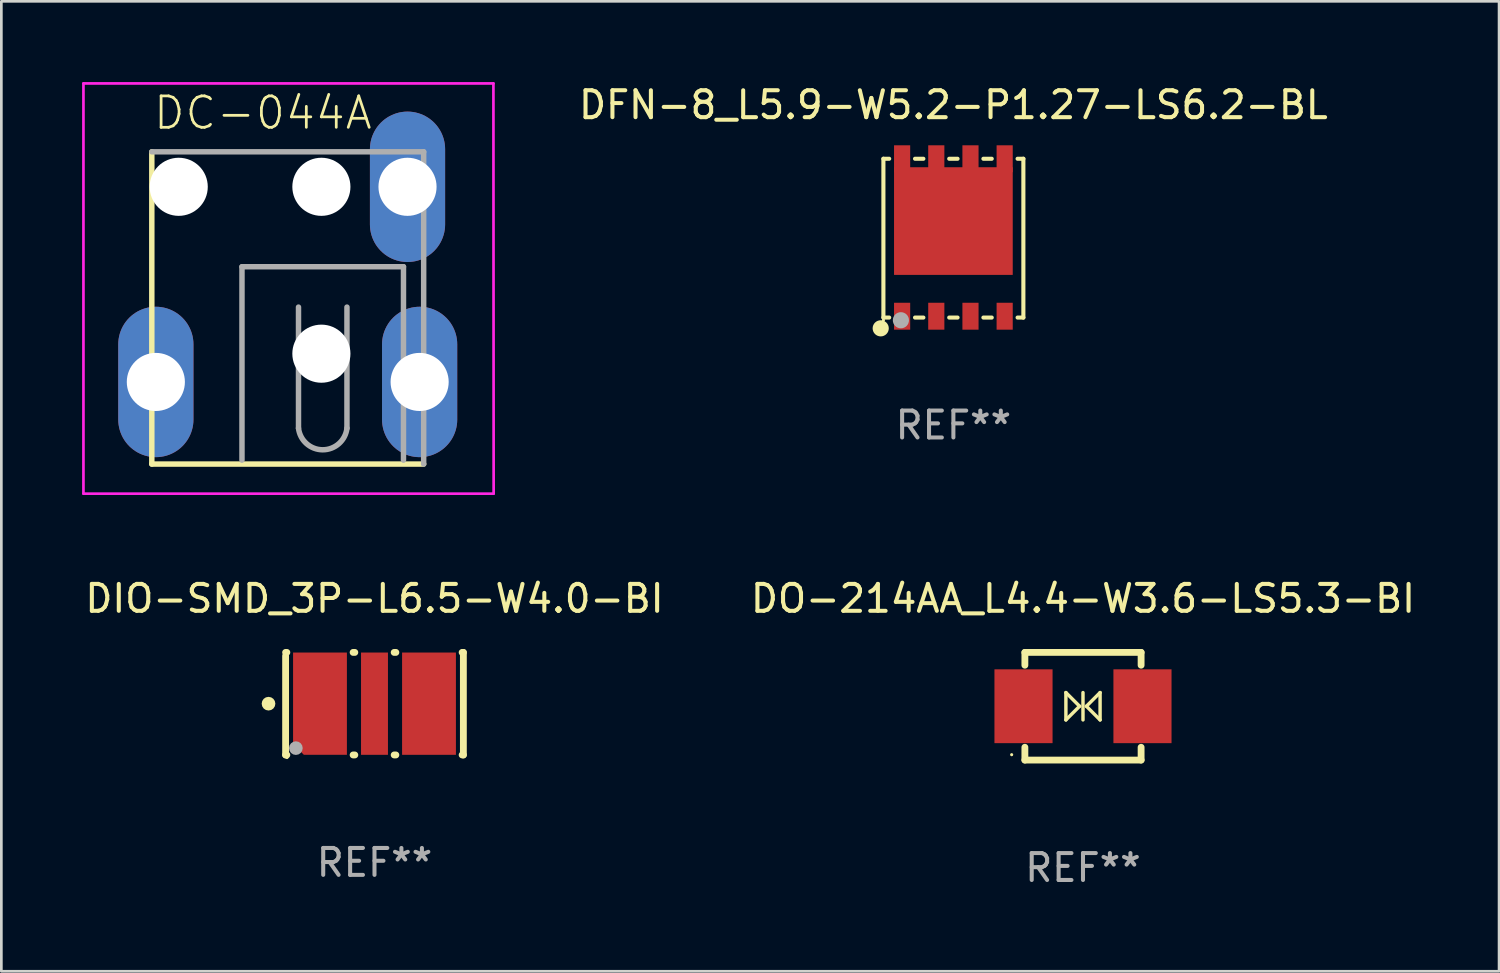
<source format=kicad_pcb>
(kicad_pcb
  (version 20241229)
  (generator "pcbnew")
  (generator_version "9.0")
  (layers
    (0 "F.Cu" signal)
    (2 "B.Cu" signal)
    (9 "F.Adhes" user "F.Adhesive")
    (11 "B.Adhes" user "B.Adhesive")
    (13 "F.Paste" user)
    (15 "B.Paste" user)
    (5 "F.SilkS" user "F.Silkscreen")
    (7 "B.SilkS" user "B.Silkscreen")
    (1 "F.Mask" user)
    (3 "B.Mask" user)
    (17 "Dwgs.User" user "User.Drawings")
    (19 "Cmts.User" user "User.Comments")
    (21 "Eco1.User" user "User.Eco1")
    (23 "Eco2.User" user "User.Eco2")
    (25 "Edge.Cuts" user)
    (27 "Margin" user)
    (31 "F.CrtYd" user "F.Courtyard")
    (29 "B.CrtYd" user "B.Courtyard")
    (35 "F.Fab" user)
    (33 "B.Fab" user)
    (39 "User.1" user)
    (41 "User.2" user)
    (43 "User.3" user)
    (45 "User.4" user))
  (footprint "DFN-8_L5.9-W5.2-P1.27-LS6.2-BL"
    (layer "F.Cu")
    (at 32.37 5.798)
    (property "Reference" "DFN-8_L5.9-W5.2-P1.27-LS6.2-BL" (at 0 -4.95 0) (layer "F.SilkS") (effects (font (size 1 1) (thickness 0.15))))
    (attr through_hole)
    (fp_line (start -2.6 -2.95) (end -2.385 -2.95) (stroke (width 0.152) (type solid)) (layer "F.SilkS"))
    (fp_line (start -2.6 2.95) (end -2.6 -2.95) (stroke (width 0.152) (type solid)) (layer "F.SilkS"))
    (fp_line (start -2.385 2.95) (end -2.6 2.95) (stroke (width 0.152) (type solid)) (layer "F.SilkS"))
    (fp_line (start -1.425 -2.95) (end -1.115 -2.95) (stroke (width 0.152) (type solid)) (layer "F.SilkS"))
    (fp_line (start -1.115 2.95) (end -1.425 2.95) (stroke (width 0.152) (type solid)) (layer "F.SilkS"))
    (fp_line (start -0.155 -2.95) (end 0.155 -2.95) (stroke (width 0.152) (type solid)) (layer "F.SilkS"))
    (fp_line (start 0.155 2.95) (end -0.155 2.95) (stroke (width 0.152) (type solid)) (layer "F.SilkS"))
    (fp_line (start 1.115 -2.95) (end 1.425 -2.95) (stroke (width 0.152) (type solid)) (layer "F.SilkS"))
    (fp_line (start 1.425 2.95) (end 1.115 2.95) (stroke (width 0.152) (type solid)) (layer "F.SilkS"))
    (fp_line (start 2.385 -2.95) (end 2.6 -2.95) (stroke (width 0.152) (type solid)) (layer "F.SilkS"))
    (fp_line (start 2.6 -2.95) (end 2.6 2.95) (stroke (width 0.152) (type solid)) (layer "F.SilkS"))
    (fp_line (start 2.6 2.95) (end 2.385 2.95) (stroke (width 0.152) (type solid)) (layer "F.SilkS"))
    (fp_circle (center -2.7 3.35) (end -2.55 3.35) (stroke (width 0.3) (type solid)) (fill no) (layer "F.SilkS"))
    (fp_circle (center -2.6 3.05) (end -2.57 3.05) (stroke (width 0.06) (type solid)) (fill no) (layer "F.SilkS"))
    (fp_circle (center -1.95 3.05) (end -1.8 3.05) (stroke (width 0.3) (type solid)) (fill no) (layer "F.Fab"))
    (fp_text user "REF**" (at 0 6.95 0) (layer "F.Fab") (effects (font (size 1 1) (thickness 0.15))))
    (pad "1" smd rect (at -1.905 2.9) (size 0.6 1) (layers "F.Cu" "F.Mask" "F.Paste"))
    (pad "2" smd rect (at -0.635 2.9) (size 0.6 1) (layers "F.Cu" "F.Mask" "F.Paste"))
    (pad "3" smd rect (at 0.635 2.9) (size 0.6 1) (layers "F.Cu" "F.Mask" "F.Paste"))
    (pad "4" smd rect (at 1.905 2.9) (size 0.6 1) (layers "F.Cu" "F.Mask" "F.Paste"))
    (pad "5" smd rect (at 1.905 -2.95) (size 0.6 1) (layers "F.Cu" "F.Mask" "F.Paste"))
    (pad "6" smd rect (at 0.635 -2.95) (size 0.6 1) (layers "F.Cu" "F.Mask" "F.Paste"))
    (pad "7" smd rect (at -0.635 -2.95) (size 0.6 1) (layers "F.Cu" "F.Mask" "F.Paste"))
    (pad "8" smd rect (at -1.905 -2.95) (size 0.6 1) (layers "F.Cu" "F.Mask" "F.Paste"))
    (pad "9" smd rect (at 0 -0.635) (size 4.41 4) (layers "F.Cu" "F.Mask" "F.Paste")))
  (footprint "DC-044A"
    (layer "F.Cu")
    (at 7.67 7.67)
    (property "Reference" "DC-044A" (at -5.08 -5.842 0) (layer "F.SilkS") (effects (font (size 1.168 1.168) (thickness 0.102)) (justify left bottom)))
    (fp_line (start -5.08 -5.08) (end -5.08 6.52) (stroke (width 0.203) (type solid)) (layer "F.SilkS"))
    (fp_line (start -5.08 6.52) (end 5.02 6.52) (stroke (width 0.203) (type solid)) (layer "F.SilkS"))
    (fp_line (start -7.62 -7.62) (end 7.611 -7.62) (stroke (width 0.1) (type solid)) (layer "F.CrtYd"))
    (fp_line (start -7.62 7.62) (end -7.62 -7.62) (stroke (width 0.1) (type solid)) (layer "F.CrtYd"))
    (fp_line (start 7.611 -7.62) (end 7.62 7.62) (stroke (width 0.1) (type solid)) (layer "F.CrtYd"))
    (fp_line (start 7.62 7.62) (end -7.62 7.62) (stroke (width 0.1) (type solid)) (layer "F.CrtYd"))
    (fp_line (start -1.73 6.375) (end -1.73 -0.81) (stroke (width 0.203) (type solid)) (layer "F.Fab"))
    (fp_line (start 0.37 5.19) (end 0.37 0.69) (stroke (width 0.203) (type solid)) (layer "F.Fab"))
    (fp_line (start 2.17 5.19) (end 2.17 0.69) (stroke (width 0.203) (type solid)) (layer "F.Fab"))
    (fp_line (start 4.27 -0.81) (end -1.73 -0.81) (stroke (width 0.203) (type solid)) (layer "F.Fab"))
    (fp_line (start 4.27 6.375) (end 4.27 -0.81) (stroke (width 0.203) (type solid)) (layer "F.Fab"))
    (fp_line (start 5.02 -5.08) (end -5.08 -5.08) (stroke (width 0.203) (type solid)) (layer "F.Fab"))
    (fp_line (start 5.02 6.52) (end 5.02 -5.08) (stroke (width 0.203) (type solid)) (layer "F.Fab"))
    (fp_arc (start 2.17 5.189998) (mid 1.270001 5.990308) (end 0.37 5.19) (stroke (width 0.2032) (type solid)) (layer "F.Fab"))
    (pad "" np_thru_hole circle (at -4.08 -3.78) (size 2.159 2.159) (drill 2.159) (layers "*.Cu" "*.Mask"))
    (pad "" np_thru_hole circle (at 1.22 -3.78) (size 2.159 2.159) (drill 2.159) (layers "*.Cu" "*.Mask"))
    (pad "" np_thru_hole circle (at 1.22 2.42) (size 2.159 2.159) (drill 2.159) (layers "*.Cu" "*.Mask"))
    (pad "GND" thru_hole oval (at -4.93 3.47 90) (size 5.588 2.794) (drill 2.159) (layers "*.Cu" "*.Mask"))
    (pad "GND" thru_hole oval (at 4.87 3.47 90) (size 5.588 2.794) (drill 2.159) (layers "*.Cu" "*.Mask"))
    (pad "VCC" thru_hole oval (at 4.42 -3.78 90) (size 5.588 2.794) (drill 2.159) (layers "*.Cu" "*.Mask")))
  (footprint "DIO-SMD_3P-L6.5-W4.0-BI"
    (layer "F.Cu")
    (at 10.863 23.093)
    (property "Reference" "DIO-SMD_3P-L6.5-W4.0-BI" (at 0 -3.905 0) (layer "F.SilkS") (effects (font (size 1 1) (thickness 0.15))))
    (attr through_hole)
    (fp_line (start -3.302 -1.778) (end -3.302 1.905) (stroke (width 0.254) (type solid)) (layer "F.SilkS"))
    (fp_line (start -3.256 1.905) (end -3.302 1.905) (stroke (width 0.254) (type solid)) (layer "F.SilkS"))
    (fp_line (start -3.256 -1.905) (end -3.302 -1.905) (stroke (width 0.254) (type solid)) (layer "F.SilkS"))
    (fp_line (start -0.731 1.905) (end -0.794 1.905) (stroke (width 0.254) (type solid)) (layer "F.SilkS"))
    (fp_line (start -0.731 -1.905) (end -0.794 -1.905) (stroke (width 0.254) (type solid)) (layer "F.SilkS"))
    (fp_line (start 0.794 1.905) (end 0.731 1.905) (stroke (width 0.254) (type solid)) (layer "F.SilkS"))
    (fp_line (start 0.794 -1.905) (end 0.731 -1.905) (stroke (width 0.254) (type solid)) (layer "F.SilkS"))
    (fp_line (start 3.302 -1.905) (end 3.256 -1.905) (stroke (width 0.254) (type solid)) (layer "F.SilkS"))
    (fp_line (start 3.302 -1.905) (end 3.302 1.905) (stroke (width 0.254) (type solid)) (layer "F.SilkS"))
    (fp_line (start 3.302 1.905) (end 3.256 1.905) (stroke (width 0.254) (type solid)) (layer "F.SilkS"))
    (fp_circle (center -3.937 0) (end -3.81 0) (stroke (width 0.254) (type solid)) (fill no) (layer "F.SilkS"))
    (fp_circle (center -3.25 2) (end -3.22 2) (stroke (width 0.06) (type solid)) (fill no) (layer "F.SilkS"))
    (fp_circle (center -2.921 1.651) (end -2.794 1.651) (stroke (width 0.254) (type solid)) (fill no) (layer "F.Fab"))
    (fp_text user "REF**" (at 0 5.905 0) (layer "F.Fab") (effects (font (size 1 1) (thickness 0.15))))
    (pad "1" smd roundrect (at -2.025 0) (size 2 3.8) (layers "F.Cu" "F.Mask" "F.Paste") (roundrect_rratio 0) (chamfer_ratio 0.2) (chamfer bottom_left))
    (pad "2" smd rect (at 0 0) (size 1 3.8) (layers "F.Cu" "F.Mask" "F.Paste"))
    (pad "3" smd rect (at 2.025 0) (size 2 3.8) (layers "F.Cu" "F.Mask" "F.Paste")))
  (footprint "DO-214AA_L4.4-W3.6-LS5.3-BI"
    (layer "F.Cu")
    (at 37.185 23.188)
    (property "Reference" "DO-214AA_L4.4-W3.6-LS5.3-BI" (at 0 -4 0) (layer "F.SilkS") (effects (font (size 1 1) (thickness 0.15))))
    (attr through_hole)
    (fp_line (start -2.159 -2) (end 2.159 -2) (stroke (width 0.254) (type solid)) (layer "F.SilkS"))
    (fp_line (start -2.159 -1.524) (end -2.159 -2) (stroke (width 0.254) (type solid)) (layer "F.SilkS"))
    (fp_line (start -2.159 1.524) (end -2.159 2) (stroke (width 0.254) (type solid)) (layer "F.SilkS"))
    (fp_line (start -2.159 2) (end 2.159 2) (stroke (width 0.254) (type solid)) (layer "F.SilkS"))
    (fp_line (start -0.635 -0.508) (end -0.127 0) (stroke (width 0.127) (type solid)) (layer "F.SilkS"))
    (fp_line (start -0.635 0.508) (end -0.635 -0.508) (stroke (width 0.127) (type solid)) (layer "F.SilkS"))
    (fp_line (start -0.127 0) (end -0.635 0.508) (stroke (width 0.127) (type solid)) (layer "F.SilkS"))
    (fp_line (start 0 0.508) (end 0 -0.508) (stroke (width 0.127) (type solid)) (layer "F.SilkS"))
    (fp_line (start 0.127 0) (end 0.635 -0.508) (stroke (width 0.127) (type solid)) (layer "F.SilkS"))
    (fp_line (start 0.635 -0.508) (end 0.635 0.508) (stroke (width 0.127) (type solid)) (layer "F.SilkS"))
    (fp_line (start 0.635 0.508) (end 0.127 0) (stroke (width 0.127) (type solid)) (layer "F.SilkS"))
    (fp_line (start 2.159 -2) (end 2.159 -1.524) (stroke (width 0.254) (type solid)) (layer "F.SilkS"))
    (fp_line (start 2.159 2) (end 2.159 1.524) (stroke (width 0.254) (type solid)) (layer "F.SilkS"))
    (fp_circle (center -2.65 1.8) (end -2.62 1.8) (stroke (width 0.06) (type solid)) (fill no) (layer "F.SilkS"))
    (fp_text user "REF**" (at 0 6 0) (layer "F.Fab") (effects (font (size 1 1) (thickness 0.15))))
    (pad "1" smd rect (at -2.21 -0.000076 180) (size 2.159 2.743) (layers "F.Cu" "F.Mask" "F.Paste"))
    (pad "2" smd rect (at 2.21 -0.000076 180) (size 2.159 2.743) (layers "F.Cu" "F.Mask" "F.Paste")))
  (gr_rect
    (start -3 -3)
    (end 52.643 33.036)
    (stroke (width 0.1) (type default))
    (fill no)
    (layer "Edge.Cuts")))
</source>
